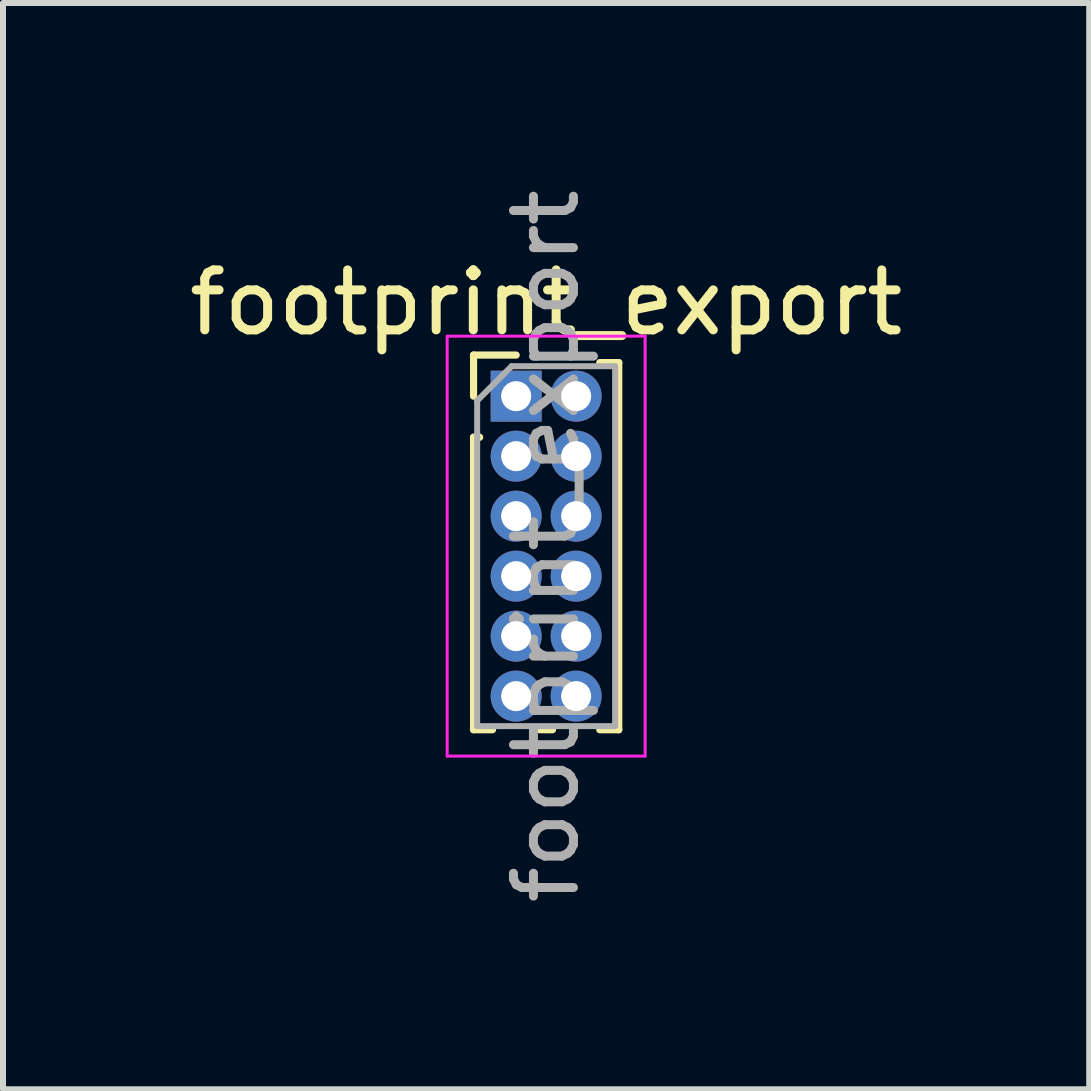
<source format=kicad_pcb>
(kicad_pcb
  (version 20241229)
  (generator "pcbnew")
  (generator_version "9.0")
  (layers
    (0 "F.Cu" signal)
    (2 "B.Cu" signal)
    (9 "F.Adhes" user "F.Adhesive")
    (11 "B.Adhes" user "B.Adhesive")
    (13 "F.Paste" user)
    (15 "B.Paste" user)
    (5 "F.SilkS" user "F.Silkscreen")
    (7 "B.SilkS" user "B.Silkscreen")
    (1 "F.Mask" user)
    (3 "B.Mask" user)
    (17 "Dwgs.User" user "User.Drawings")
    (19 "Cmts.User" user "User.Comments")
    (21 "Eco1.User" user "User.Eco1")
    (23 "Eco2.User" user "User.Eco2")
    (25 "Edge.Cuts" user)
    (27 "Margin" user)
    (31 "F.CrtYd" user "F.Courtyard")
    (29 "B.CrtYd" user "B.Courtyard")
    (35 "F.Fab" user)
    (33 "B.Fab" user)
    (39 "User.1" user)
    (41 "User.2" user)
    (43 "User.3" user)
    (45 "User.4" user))
  (footprint "footprint_export"
    (layer "F.Cu")
    (at 5.554 3.554)
    (property "Reference" "footprint_export" (at 0.5 -1.56 0) (layer "F.SilkS") (effects (font (size 1 1) (thickness 0.15))))
    (attr through_hole)
    (fp_line (start -0.71 -0.685) (end 0 -0.685) (stroke (width 0.12) (type solid)) (layer "F.SilkS"))
    (fp_line (start -0.71 0) (end -0.71 -0.685) (stroke (width 0.12) (type solid)) (layer "F.SilkS"))
    (fp_line (start -0.71 0.685) (end -0.71 5.56) (stroke (width 0.12) (type solid)) (layer "F.SilkS"))
    (fp_line (start -0.71 0.685) (end -0.608 0.685) (stroke (width 0.12) (type solid)) (layer "F.SilkS"))
    (fp_line (start -0.71 5.56) (end -0.394 5.56) (stroke (width 0.12) (type solid)) (layer "F.SilkS"))
    (fp_line (start 0.394 5.56) (end 0.606 5.56) (stroke (width 0.12) (type solid)) (layer "F.SilkS"))
    (fp_line (start 1.394 -0.56) (end 1.71 -0.56) (stroke (width 0.12) (type solid)) (layer "F.SilkS"))
    (fp_line (start 1.394 5.56) (end 1.71 5.56) (stroke (width 0.12) (type solid)) (layer "F.SilkS"))
    (fp_line (start 1.71 -0.56) (end 1.71 5.56) (stroke (width 0.12) (type solid)) (layer "F.SilkS"))
    (fp_line (start -1.15 -1) (end -1.15 6) (stroke (width 0.05) (type solid)) (layer "F.CrtYd"))
    (fp_line (start -1.15 6) (end 2.15 6) (stroke (width 0.05) (type solid)) (layer "F.CrtYd"))
    (fp_line (start 2.15 -1) (end -1.15 -1) (stroke (width 0.05) (type solid)) (layer "F.CrtYd"))
    (fp_line (start 2.15 6) (end 2.15 -1) (stroke (width 0.05) (type solid)) (layer "F.CrtYd"))
    (fp_line (start -0.65 0.075) (end -0.075 -0.5) (stroke (width 0.1) (type solid)) (layer "F.Fab"))
    (fp_line (start -0.65 5.5) (end -0.65 0.075) (stroke (width 0.1) (type solid)) (layer "F.Fab"))
    (fp_line (start -0.075 -0.5) (end 1.65 -0.5) (stroke (width 0.1) (type solid)) (layer "F.Fab"))
    (fp_line (start 1.65 -0.5) (end 1.65 5.5) (stroke (width 0.1) (type solid)) (layer "F.Fab"))
    (fp_line (start 1.65 5.5) (end -0.65 5.5) (stroke (width 0.1) (type solid)) (layer "F.Fab"))
    (fp_text user "${REFERENCE}" (at 0.5 2.5 90) (layer "F.Fab") (effects (font (size 1 1) (thickness 0.15))))
    (pad "1" thru_hole rect (at 0 0) (size 0.85 0.85) (drill 0.5) (layers "*.Cu" "*.Mask"))
    (pad "2" thru_hole oval (at 1 0) (size 0.85 0.85) (drill 0.5) (layers "*.Cu" "*.Mask"))
    (pad "3" thru_hole oval (at 0 1) (size 0.85 0.85) (drill 0.5) (layers "*.Cu" "*.Mask"))
    (pad "4" thru_hole oval (at 1 1) (size 0.85 0.85) (drill 0.5) (layers "*.Cu" "*.Mask"))
    (pad "5" thru_hole oval (at 0 2) (size 0.85 0.85) (drill 0.5) (layers "*.Cu" "*.Mask"))
    (pad "6" thru_hole oval (at 1 2) (size 0.85 0.85) (drill 0.5) (layers "*.Cu" "*.Mask"))
    (pad "7" thru_hole oval (at 0 3) (size 0.85 0.85) (drill 0.5) (layers "*.Cu" "*.Mask"))
    (pad "8" thru_hole oval (at 1 3) (size 0.85 0.85) (drill 0.5) (layers "*.Cu" "*.Mask"))
    (pad "9" thru_hole oval (at 0 4) (size 0.85 0.85) (drill 0.5) (layers "*.Cu" "*.Mask"))
    (pad "10" thru_hole oval (at 1 4) (size 0.85 0.85) (drill 0.5) (layers "*.Cu" "*.Mask"))
    (pad "11" thru_hole oval (at 0 5) (size 0.85 0.85) (drill 0.5) (layers "*.Cu" "*.Mask"))
    (pad "12" thru_hole oval (at 1 5) (size 0.85 0.85) (drill 0.5) (layers "*.Cu" "*.Mask")))
  (gr_rect
    (start -3 -3)
    (end 15.107 15.107)
    (stroke (width 0.1) (type default))
    (fill no)
    (layer "Edge.Cuts")))
</source>
